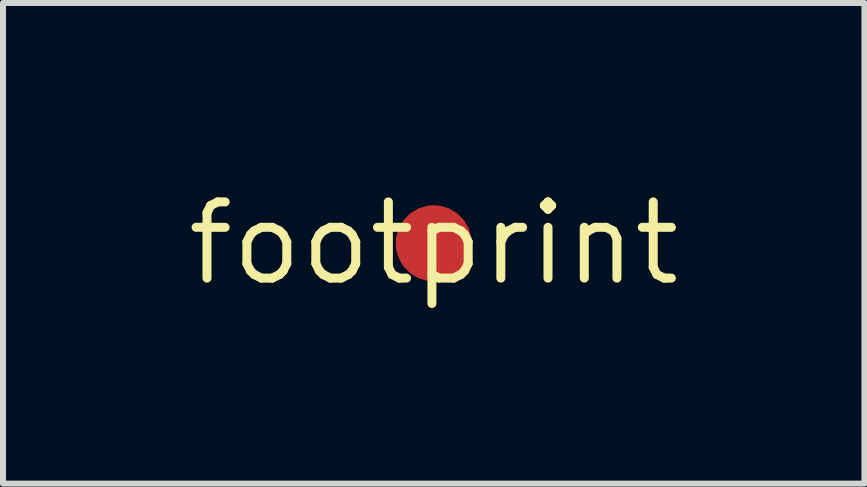
<source format=kicad_pcb>
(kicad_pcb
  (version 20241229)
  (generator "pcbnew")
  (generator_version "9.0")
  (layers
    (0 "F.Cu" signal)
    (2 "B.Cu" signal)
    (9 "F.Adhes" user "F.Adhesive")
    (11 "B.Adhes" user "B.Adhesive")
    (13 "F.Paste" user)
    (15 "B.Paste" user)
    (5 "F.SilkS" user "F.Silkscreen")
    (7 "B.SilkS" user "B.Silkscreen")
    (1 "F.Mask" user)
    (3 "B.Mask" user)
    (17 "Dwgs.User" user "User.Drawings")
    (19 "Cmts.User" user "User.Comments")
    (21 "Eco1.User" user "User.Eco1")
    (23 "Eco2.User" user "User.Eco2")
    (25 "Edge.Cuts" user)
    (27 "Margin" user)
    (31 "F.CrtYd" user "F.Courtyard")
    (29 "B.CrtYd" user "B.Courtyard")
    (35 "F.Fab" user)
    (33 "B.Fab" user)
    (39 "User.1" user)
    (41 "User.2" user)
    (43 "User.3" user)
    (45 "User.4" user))
  (footprint "footprint"
    (layer "F.Cu")
    (at 4.18 1.006)
    (property "Reference" "footprint" (at 0 0 0) (layer "F.SilkS") (effects (font (size 1.27 1.27) (thickness 0.15))))
    (pad "1" smd roundrect (at 0 0) (size 1.27 1.27) (layers "F.Cu" "F.Mask") (roundrect_rratio 0.5)))
  (gr_rect
    (start -3 -3)
    (end 11.36 5.012)
    (stroke (width 0.1) (type default))
    (fill no)
    (layer "Edge.Cuts")))
</source>
